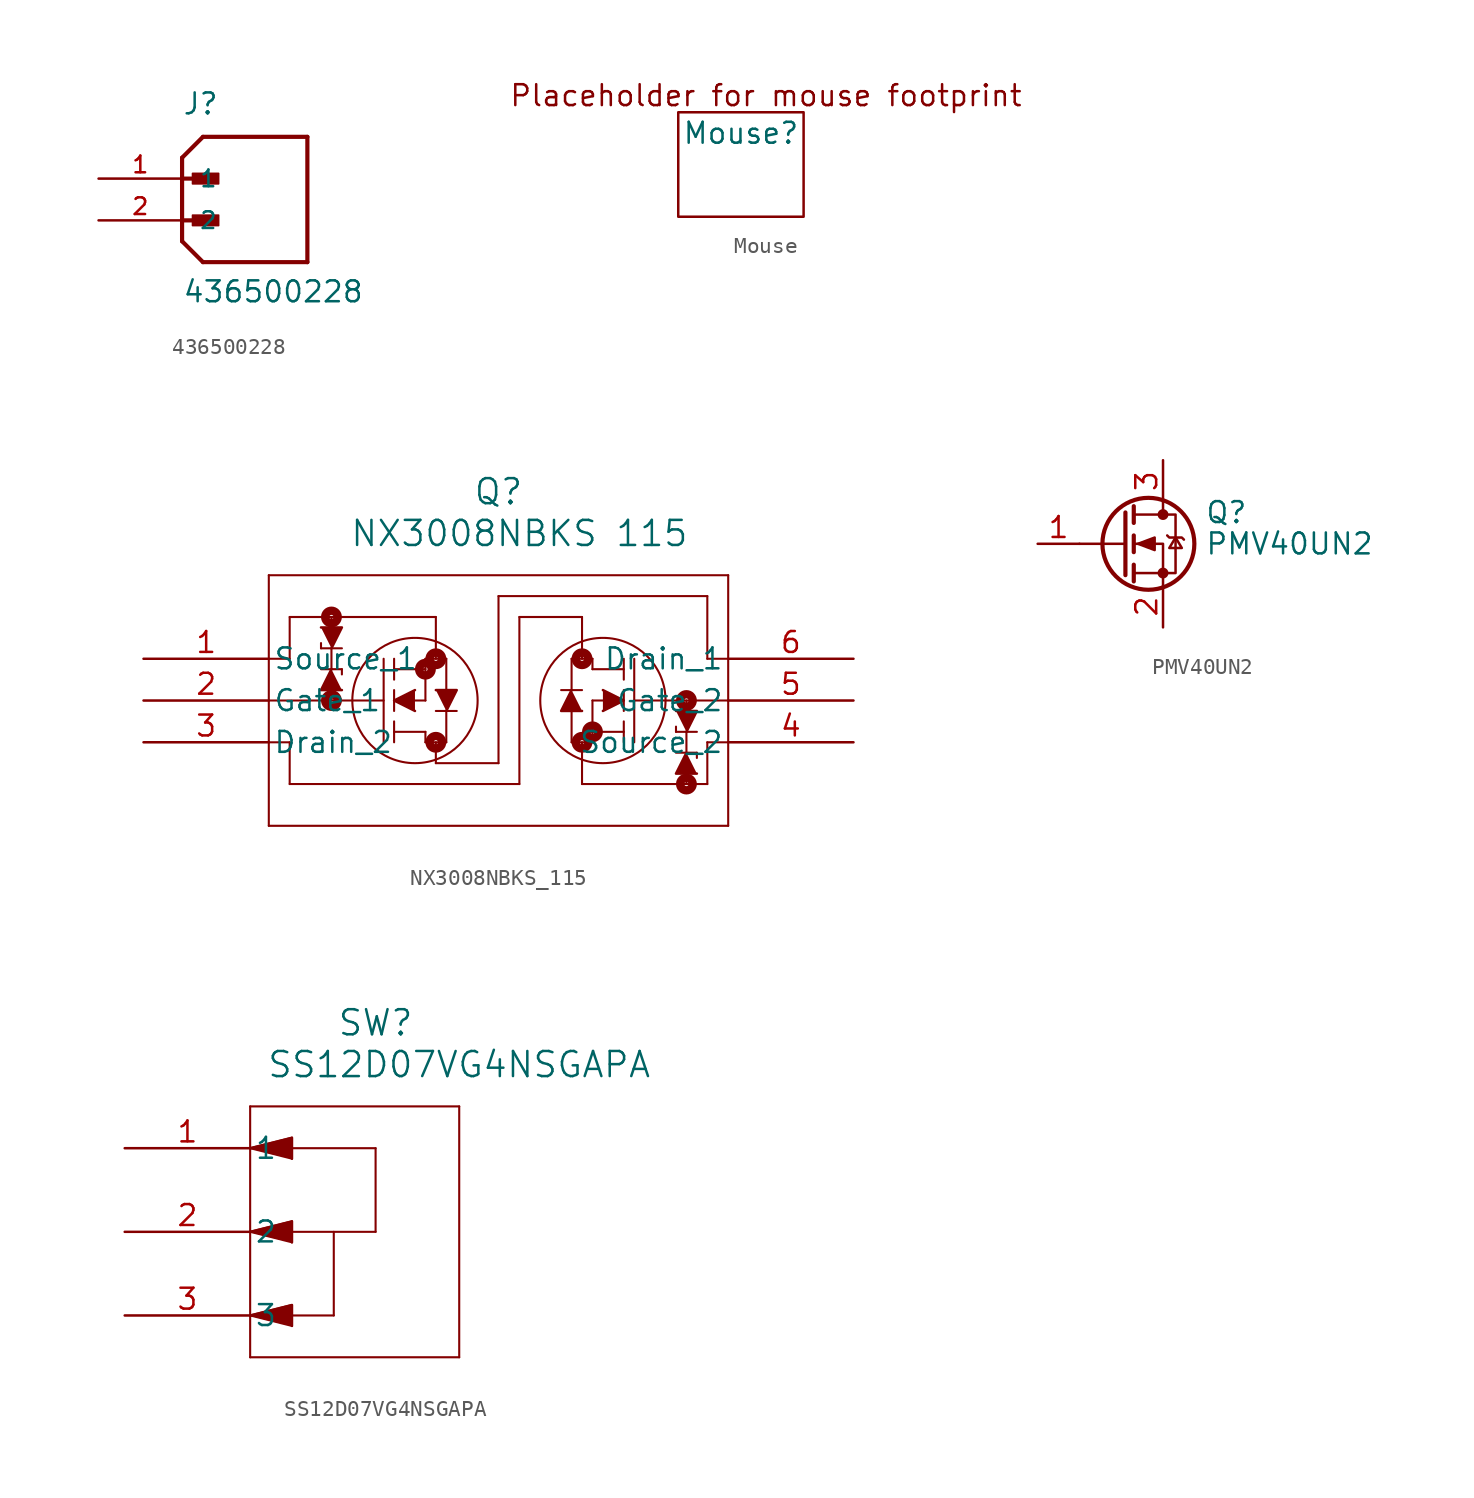
<source format=kicad_sym>
(kicad_symbol_lib
  (version 20231120)
  (generator "kicad_symbol_editor")
  (generator_version "8.0")
  (symbol "436500228"
    (pin_names
      (offset 1.016))
    (property "Reference" "J"
      (at 0 3.81 0)
      (effects (font (size 1.27 1.27)) (justify left bottom)))
    (property "Value" "436500228"
      (at 0 -7.62 0)
      (effects (font (size 1.27 1.27)) (justify left bottom)))
    (symbol "436500228_0_0"
      (polyline (pts (xy 0 -3.81) (xy 1.27 -5.08)) (stroke (width 0.254) (type default)) (fill (type none)))
      (polyline (pts (xy 0 -2.54) (xy 1.905 -2.54)) (stroke (width 0.254) (type default)) (fill (type none)))
      (polyline (pts (xy 0 0) (xy 0 -3.81)) (stroke (width 0.254) (type default)) (fill (type none)))
      (polyline (pts (xy 0 0) (xy 1.905 0)) (stroke (width 0.254) (type default)) (fill (type none)))
      (polyline (pts (xy 0 1.27) (xy 0 0)) (stroke (width 0.254) (type default)) (fill (type none)))
      (polyline (pts (xy 0 1.27) (xy 1.27 2.54)) (stroke (width 0.254) (type default)) (fill (type none)))
      (polyline (pts (xy 1.27 -5.08) (xy 7.62 -5.08)) (stroke (width 0.254) (type default)) (fill (type none)))
      (polyline (pts (xy 7.62 -5.08) (xy 7.62 2.54)) (stroke (width 0.254) (type default)) (fill (type none)))
      (polyline (pts (xy 7.62 2.54) (xy 1.27 2.54)) (stroke (width 0.254) (type default)) (fill (type none)))
      (rectangle (start 0.635 -2.857) (end 2.223 -2.223) (stroke (width 0.1) (type default)) (fill (type outline)))
      (rectangle (start 0.635 -0.318) (end 2.223 0.318) (stroke (width 0.1) (type default)) (fill (type outline)))
      (pin passive line (at -5.08 0 0) (length 5.08) (name "1" (effects (font (size 1.016 1.016)))) (number "1" (effects (font (size 1.016 1.016)))))
      (pin passive line (at -5.08 -2.54 0) (length 5.08) (name "2" (effects (font (size 1.016 1.016)))) (number "2" (effects (font (size 1.016 1.016)))))))
  (symbol "Mouse"
    (property "Reference" "Mouse"
      (at 0 0 0)
      (effects (font (size 1.27 1.27))))
    (property "Value" ""
      (at 0 0 0)
      (effects (font (size 1.27 1.27))))
    (symbol "Mouse_0_1"
      (rectangle (start -3.81 1.27) (end 3.81 -5.08) (stroke (width 0) (type default)) (fill (type none))))
    (symbol "Mouse_1_1"
      (text "Placeholder for mouse footprint" (at 1.524 2.286 0) (effects (font (size 1.27 1.27))))))
  (symbol "NX3008NBKS_115"
    (pin_names
      (offset 0.254))
    (property "Reference" "Q"
      (at 19.05 10.16 0)
      (effects (font (size 1.524 1.524))))
    (property "Value" "NX3008NBKS 115"
      (at 20.32 7.62 0)
      (effects (font (size 1.524 1.524))))
    (symbol "NX3008NBKS_115_0_1"
      (polyline (pts (xy 5.08 -10.16) (xy 33.02 -10.16)) (stroke (width 0.127) (type default)) (fill (type none)))
      (polyline (pts (xy 5.08 -2.54) (xy 12.065 -2.54)) (stroke (width 0.127) (type default)) (fill (type none)))
      (polyline (pts (xy 5.08 0) (xy 6.35 0)) (stroke (width 0.127) (type default)) (fill (type none)))
      (polyline (pts (xy 5.08 5.08) (xy 5.08 -10.16)) (stroke (width 0.127) (type default)) (fill (type none)))
      (polyline (pts (xy 6.35 -7.62) (xy 6.35 -5.08)) (stroke (width 0.127) (type default)) (fill (type none)))
      (polyline (pts (xy 6.35 -5.08) (xy 5.08 -5.08)) (stroke (width 0.127) (type default)) (fill (type none)))
      (polyline (pts (xy 6.35 0) (xy 6.35 2.54)) (stroke (width 0.127) (type default)) (fill (type none)))
      (polyline (pts (xy 6.35 2.54) (xy 15.24 2.54)) (stroke (width 0.127) (type default)) (fill (type none)))
      (polyline (pts (xy 8.255 0.635) (xy 8.255 0.953)) (stroke (width 0.127) (type default)) (fill (type none)))
      (polyline (pts (xy 8.255 0.635) (xy 9.525 0.635)) (stroke (width 0.127) (type default)) (fill (type none)))
      (polyline (pts (xy 8.89 -2.54) (xy 8.89 -1.905)) (stroke (width 0.127) (type default)) (fill (type none)))
      (polyline (pts (xy 8.89 0.635) (xy 8.89 -0.635)) (stroke (width 0.127) (type default)) (fill (type none)))
      (polyline (pts (xy 8.89 1.905) (xy 8.89 2.54)) (stroke (width 0.127) (type default)) (fill (type none)))
      (polyline (pts (xy 9.525 -0.635) (xy 8.255 -0.635)) (stroke (width 0.127) (type default)) (fill (type none)))
      (polyline (pts (xy 9.525 -0.635) (xy 9.525 -0.953)) (stroke (width 0.127) (type default)) (fill (type none)))
      (polyline (pts (xy 12.065 -5.08) (xy 12.065 0)) (stroke (width 0.127) (type default)) (fill (type none)))
      (polyline (pts (xy 12.7 -5.08) (xy 12.7 -3.81)) (stroke (width 0.127) (type default)) (fill (type none)))
      (polyline (pts (xy 12.7 -4.445) (xy 14.605 -4.445)) (stroke (width 0.127) (type default)) (fill (type none)))
      (polyline (pts (xy 12.7 -3.175) (xy 12.7 -1.905)) (stroke (width 0.127) (type default)) (fill (type none)))
      (polyline (pts (xy 12.7 -1.27) (xy 12.7 0)) (stroke (width 0.127) (type default)) (fill (type none)))
      (polyline (pts (xy 12.7 -0.635) (xy 14.605 -0.635)) (stroke (width 0.127) (type default)) (fill (type none)))
      (polyline (pts (xy 13.716 -2.54) (xy 14.605 -2.54)) (stroke (width 0.127) (type default)) (fill (type none)))
      (polyline (pts (xy 14.605 -5.08) (xy 14.605 -4.445)) (stroke (width 0.127) (type default)) (fill (type none)))
      (polyline (pts (xy 14.605 -5.08) (xy 15.875 -5.08)) (stroke (width 0.127) (type default)) (fill (type none)))
      (polyline (pts (xy 14.605 -2.54) (xy 14.605 0)) (stroke (width 0.127) (type default)) (fill (type none)))
      (polyline (pts (xy 14.605 0) (xy 15.875 0)) (stroke (width 0.127) (type default)) (fill (type none)))
      (polyline (pts (xy 15.24 -6.35) (xy 15.24 -5.08)) (stroke (width 0.127) (type default)) (fill (type none)))
      (polyline (pts (xy 15.24 -3.175) (xy 16.51 -3.175)) (stroke (width 0.127) (type default)) (fill (type none)))
      (polyline (pts (xy 15.24 2.54) (xy 15.24 0)) (stroke (width 0.127) (type default)) (fill (type none)))
      (polyline (pts (xy 15.875 -5.08) (xy 15.875 -3.175)) (stroke (width 0.127) (type default)) (fill (type none)))
      (polyline (pts (xy 15.875 -1.905) (xy 15.875 0)) (stroke (width 0.127) (type default)) (fill (type none)))
      (polyline (pts (xy 19.05 -6.35) (xy 15.24 -6.35)) (stroke (width 0.127) (type default)) (fill (type none)))
      (polyline (pts (xy 19.05 -6.35) (xy 19.05 3.81)) (stroke (width 0.127) (type default)) (fill (type none)))
      (polyline (pts (xy 19.05 3.81) (xy 31.75 3.81)) (stroke (width 0.127) (type default)) (fill (type none)))
      (polyline (pts (xy 20.32 -7.62) (xy 6.35 -7.62)) (stroke (width 0.127) (type default)) (fill (type none)))
      (polyline (pts (xy 20.32 2.54) (xy 20.32 -7.62)) (stroke (width 0.127) (type default)) (fill (type none)))
      (polyline (pts (xy 23.495 -5.08) (xy 23.495 -3.175)) (stroke (width 0.127) (type default)) (fill (type none)))
      (polyline (pts (xy 23.495 -1.905) (xy 23.495 0)) (stroke (width 0.127) (type default)) (fill (type none)))
      (polyline (pts (xy 24.13 -7.62) (xy 24.13 -5.08)) (stroke (width 0.127) (type default)) (fill (type none)))
      (polyline (pts (xy 24.13 -7.62) (xy 31.75 -7.62)) (stroke (width 0.127) (type default)) (fill (type none)))
      (polyline (pts (xy 24.13 -1.905) (xy 22.86 -1.905)) (stroke (width 0.127) (type default)) (fill (type none)))
      (polyline (pts (xy 24.13 2.54) (xy 20.32 2.54)) (stroke (width 0.127) (type default)) (fill (type none)))
      (polyline (pts (xy 24.13 2.54) (xy 24.13 0)) (stroke (width 0.127) (type default)) (fill (type none)))
      (polyline (pts (xy 24.765 -5.08) (xy 23.495 -5.08)) (stroke (width 0.127) (type default)) (fill (type none)))
      (polyline (pts (xy 24.765 -5.08) (xy 24.765 -2.54)) (stroke (width 0.127) (type default)) (fill (type none)))
      (polyline (pts (xy 24.765 -2.54) (xy 25.4 -2.54)) (stroke (width 0.127) (type default)) (fill (type none)))
      (polyline (pts (xy 24.765 -0.635) (xy 24.765 0)) (stroke (width 0.127) (type default)) (fill (type none)))
      (polyline (pts (xy 24.765 0) (xy 23.495 0)) (stroke (width 0.127) (type default)) (fill (type none)))
      (polyline (pts (xy 26.67 -5.08) (xy 26.67 -3.81)) (stroke (width 0.127) (type default)) (fill (type none)))
      (polyline (pts (xy 26.67 -4.445) (xy 24.638 -4.445)) (stroke (width 0.127) (type default)) (fill (type none)))
      (polyline (pts (xy 26.67 -3.175) (xy 26.67 -1.905)) (stroke (width 0.127) (type default)) (fill (type none)))
      (polyline (pts (xy 26.67 -1.27) (xy 26.67 0)) (stroke (width 0.127) (type default)) (fill (type none)))
      (polyline (pts (xy 26.67 -0.635) (xy 24.765 -0.635)) (stroke (width 0.127) (type default)) (fill (type none)))
      (polyline (pts (xy 27.305 -5.08) (xy 27.305 0)) (stroke (width 0.127) (type default)) (fill (type none)))
      (polyline (pts (xy 29.845 -4.445) (xy 29.845 -4.128)) (stroke (width 0.127) (type default)) (fill (type none)))
      (polyline (pts (xy 29.845 -4.445) (xy 31.115 -4.445)) (stroke (width 0.127) (type default)) (fill (type none)))
      (polyline (pts (xy 30.48 -7.62) (xy 30.48 -6.985)) (stroke (width 0.127) (type default)) (fill (type none)))
      (polyline (pts (xy 30.48 -4.445) (xy 30.48 -5.715)) (stroke (width 0.127) (type default)) (fill (type none)))
      (polyline (pts (xy 30.48 -3.175) (xy 30.48 -2.54)) (stroke (width 0.127) (type default)) (fill (type none)))
      (polyline (pts (xy 31.115 -5.715) (xy 29.845 -5.715)) (stroke (width 0.127) (type default)) (fill (type none)))
      (polyline (pts (xy 31.115 -5.715) (xy 31.115 -6.032)) (stroke (width 0.127) (type default)) (fill (type none)))
      (polyline (pts (xy 31.75 -7.62) (xy 31.75 -5.08)) (stroke (width 0.127) (type default)) (fill (type none)))
      (polyline (pts (xy 31.75 -5.08) (xy 33.02 -5.08)) (stroke (width 0.127) (type default)) (fill (type none)))
      (polyline (pts (xy 31.75 0) (xy 33.02 0)) (stroke (width 0.127) (type default)) (fill (type none)))
      (polyline (pts (xy 31.75 3.81) (xy 31.75 0)) (stroke (width 0.127) (type default)) (fill (type none)))
      (polyline (pts (xy 33.02 -2.54) (xy 27.305 -2.54)) (stroke (width 0.127) (type default)) (fill (type none)))
      (polyline (pts (xy 33.02 5.08) (xy 5.08 5.08)) (stroke (width 0.127) (type default)) (fill (type none)))
      (polyline (pts (xy 33.02 5.08) (xy 33.02 -10.16)) (stroke (width 0.127) (type default)) (fill (type none)))
      (polyline (pts (xy 8.255 1.905) (xy 9.525 1.905) (xy 8.89 0.635)) (stroke (width 0) (type default)) (fill (type outline)))
      (polyline (pts (xy 9.525 -1.905) (xy 8.255 -1.905) (xy 8.89 -0.635)) (stroke (width 0) (type default)) (fill (type outline)))
      (polyline (pts (xy 13.97 -1.905) (xy 12.7 -2.54) (xy 13.97 -3.175)) (stroke (width 0) (type default)) (fill (type outline)))
      (polyline (pts (xy 15.24 -1.905) (xy 16.51 -1.905) (xy 15.875 -3.175)) (stroke (width 0) (type default)) (fill (type outline)))
      (polyline (pts (xy 24.13 -3.175) (xy 22.86 -3.175) (xy 23.495 -1.905)) (stroke (width 0) (type default)) (fill (type outline)))
      (polyline (pts (xy 25.4 -3.175) (xy 26.67 -2.54) (xy 25.4 -1.905)) (stroke (width 0) (type default)) (fill (type outline)))
      (polyline (pts (xy 29.845 -3.175) (xy 31.115 -3.175) (xy 30.48 -4.445)) (stroke (width 0) (type default)) (fill (type outline)))
      (polyline (pts (xy 31.115 -6.985) (xy 29.845 -6.985) (xy 30.48 -5.715)) (stroke (width 0) (type default)) (fill (type outline)))
      (circle (center 8.89 -2.54) (radius 0.127) (stroke (width 0.508) (type default)) (fill (type none)))
      (circle (center 8.89 2.54) (radius 0.127) (stroke (width 0.508) (type default)) (fill (type none)))
      (circle (center 13.97 -2.54) (radius 3.81) (stroke (width 0.127) (type default)) (fill (type none)))
      (circle (center 14.605 -0.635) (radius 0.127) (stroke (width 0.508) (type default)) (fill (type none)))
      (circle (center 15.24 -5.08) (radius 0.127) (stroke (width 0.508) (type default)) (fill (type none)))
      (circle (center 15.24 0) (radius 0.127) (stroke (width 0.508) (type default)) (fill (type none)))
      (circle (center 24.13 -5.08) (radius 0.127) (stroke (width 0.508) (type default)) (fill (type none)))
      (circle (center 24.13 0) (radius 0.127) (stroke (width 0.508) (type default)) (fill (type none)))
      (circle (center 24.765 -4.445) (radius 0.127) (stroke (width 0.508) (type default)) (fill (type none)))
      (circle (center 25.4 -2.54) (radius 3.81) (stroke (width 0.127) (type default)) (fill (type none)))
      (circle (center 30.48 -7.62) (radius 0.127) (stroke (width 0.508) (type default)) (fill (type none)))
      (circle (center 30.48 -2.54) (radius 0.127) (stroke (width 0.508) (type default)) (fill (type none)))
      (pin input line (at -2.54 -2.54 0) (length 7.62) (name "Gate_1" (effects (font (size 1.27 1.27)))) (number "2" (effects (font (size 1.27 1.27)))))
      (pin power_out line (at -2.54 -5.08 0) (length 7.62) (name "Drain_2" (effects (font (size 1.27 1.27)))) (number "3" (effects (font (size 1.27 1.27)))))
      (pin power_in line (at 40.64 -5.08 180) (length 7.62) (name "Source_2" (effects (font (size 1.27 1.27)))) (number "4" (effects (font (size 1.27 1.27)))))
      (pin input line (at 40.64 -2.54 180) (length 7.62) (name "Gate_2" (effects (font (size 1.27 1.27)))) (number "5" (effects (font (size 1.27 1.27)))))
      (pin power_out line (at 40.64 0 180) (length 7.62) (name "Drain_1" (effects (font (size 1.27 1.27)))) (number "6" (effects (font (size 1.27 1.27))))))
    (symbol "NX3008NBKS_115_1_1"
      (pin power_in line (at -2.54 0 0) (length 7.62) (name "Source_1" (effects (font (size 1.27 1.27)))) (number "1" (effects (font (size 1.27 1.27)))))))
  (symbol "PMV40UN2"
    (pin_names hide)
    (property "Reference" "Q"
      (at 5.08 1.905 0)
      (effects (font (size 1.27 1.27)) (justify left)))
    (property "Value" "PMV40UN2"
      (at 5.08 0 0)
      (effects (font (size 1.27 1.27)) (justify left)))
    (symbol "PMV40UN2_0_1"
      (polyline (pts (xy 0.254 0) (xy -2.54 0)) (stroke (width 0) (type default)) (fill (type none)))
      (polyline (pts (xy 0.254 1.905) (xy 0.254 -1.905)) (stroke (width 0.254) (type default)) (fill (type none)))
      (polyline (pts (xy 0.762 -1.27) (xy 0.762 -2.286)) (stroke (width 0.254) (type default)) (fill (type none)))
      (polyline (pts (xy 0.762 0.508) (xy 0.762 -0.508)) (stroke (width 0.254) (type default)) (fill (type none)))
      (polyline (pts (xy 0.762 2.286) (xy 0.762 1.27)) (stroke (width 0.254) (type default)) (fill (type none)))
      (polyline (pts (xy 2.54 2.54) (xy 2.54 1.778)) (stroke (width 0) (type default)) (fill (type none)))
      (polyline (pts (xy 2.54 -2.54) (xy 2.54 0) (xy 0.762 0)) (stroke (width 0) (type default)) (fill (type none)))
      (polyline (pts (xy 0.762 -1.778) (xy 3.302 -1.778) (xy 3.302 1.778) (xy 0.762 1.778)) (stroke (width 0) (type default)) (fill (type none)))
      (polyline (pts (xy 1.016 0) (xy 2.032 0.381) (xy 2.032 -0.381) (xy 1.016 0)) (stroke (width 0) (type default)) (fill (type outline)))
      (polyline (pts (xy 2.794 0.508) (xy 2.921 0.381) (xy 3.683 0.381) (xy 3.81 0.254)) (stroke (width 0) (type default)) (fill (type none)))
      (polyline (pts (xy 3.302 0.381) (xy 2.921 -0.254) (xy 3.683 -0.254) (xy 3.302 0.381)) (stroke (width 0) (type default)) (fill (type none)))
      (circle (center 1.651 0) (radius 2.794) (stroke (width 0.254) (type default)) (fill (type none)))
      (circle (center 2.54 -1.778) (radius 0.254) (stroke (width 0) (type default)) (fill (type outline)))
      (circle (center 2.54 1.778) (radius 0.254) (stroke (width 0) (type default)) (fill (type outline))))
    (symbol "PMV40UN2_1_1"
      (pin input line (at -5.08 0 0) (length 2.54) (name "Gate" (effects (font (size 1.27 1.27)))) (number "1" (effects (font (size 1.27 1.27)))))
      (pin passive line (at 2.54 -5.08 90) (length 2.54) (name "Source" (effects (font (size 1.27 1.27)))) (number "2" (effects (font (size 1.27 1.27)))))
      (pin passive line (at 2.54 5.08 270) (length 2.54) (name "Drain" (effects (font (size 1.27 1.27)))) (number "3" (effects (font (size 1.27 1.27)))))))
  (symbol "SS12D07VG4NSGAPA"
    (pin_names
      (offset 0.254))
    (property "Reference" "SW"
      (at 15.24 7.62 0)
      (effects (font (size 1.524 1.524))))
    (property "Value" "SS12D07VG4NSGAPA"
      (at 20.32 5.08 0)
      (effects (font (size 1.524 1.524))))
    (symbol "SS12D07VG4NSGAPA_0_1"
      (polyline (pts (xy 7.62 -12.7) (xy 20.32 -12.7)) (stroke (width 0.127) (type default)) (fill (type none)))
      (polyline (pts (xy 7.62 -10.16) (xy 10.16 -9.525)) (stroke (width 0.127) (type default)) (fill (type none)))
      (polyline (pts (xy 7.62 -5.08) (xy 10.16 -4.445)) (stroke (width 0.127) (type default)) (fill (type none)))
      (polyline (pts (xy 7.62 -5.08) (xy 15.24 -5.08)) (stroke (width 0.127) (type default)) (fill (type none)))
      (polyline (pts (xy 7.62 0) (xy 10.16 0.635)) (stroke (width 0.127) (type default)) (fill (type none)))
      (polyline (pts (xy 7.62 0) (xy 15.24 0)) (stroke (width 0.127) (type default)) (fill (type none)))
      (polyline (pts (xy 7.62 2.54) (xy 7.62 -12.7)) (stroke (width 0.127) (type default)) (fill (type none)))
      (polyline (pts (xy 10.16 -10.795) (xy 7.62 -10.16)) (stroke (width 0.127) (type default)) (fill (type none)))
      (polyline (pts (xy 10.16 -9.525) (xy 10.16 -10.795)) (stroke (width 0.127) (type default)) (fill (type none)))
      (polyline (pts (xy 10.16 -5.715) (xy 7.62 -5.08)) (stroke (width 0.127) (type default)) (fill (type none)))
      (polyline (pts (xy 10.16 -4.445) (xy 10.16 -5.715)) (stroke (width 0.127) (type default)) (fill (type none)))
      (polyline (pts (xy 10.16 -0.635) (xy 7.62 0)) (stroke (width 0.127) (type default)) (fill (type none)))
      (polyline (pts (xy 10.16 0.635) (xy 10.16 -0.635)) (stroke (width 0.127) (type default)) (fill (type none)))
      (polyline (pts (xy 12.7 -10.16) (xy 7.62 -10.16)) (stroke (width 0.127) (type default)) (fill (type none)))
      (polyline (pts (xy 12.7 -5.08) (xy 12.7 -10.16)) (stroke (width 0.127) (type default)) (fill (type none)))
      (polyline (pts (xy 15.24 0) (xy 15.24 -5.08)) (stroke (width 0.127) (type default)) (fill (type none)))
      (polyline (pts (xy 20.32 -12.7) (xy 20.32 2.54)) (stroke (width 0.127) (type default)) (fill (type none)))
      (polyline (pts (xy 20.32 2.54) (xy 7.62 2.54)) (stroke (width 0.127) (type default)) (fill (type none)))
      (polyline (pts (xy 7.62 -10.16) (xy 10.16 -9.525) (xy 10.16 -10.795)) (stroke (width 0) (type default)) (fill (type outline)))
      (polyline (pts (xy 7.62 -5.08) (xy 10.16 -4.445) (xy 10.16 -5.715)) (stroke (width 0) (type default)) (fill (type outline)))
      (polyline (pts (xy 7.62 0) (xy 10.16 0.635) (xy 10.16 -0.635)) (stroke (width 0) (type default)) (fill (type outline)))
      (pin unspecified line (at 0 0 0) (length 7.62) (name "1" (effects (font (size 1.27 1.27)))) (number "1" (effects (font (size 1.27 1.27)))))
      (pin unspecified line (at 0 -5.08 0) (length 7.62) (name "2" (effects (font (size 1.27 1.27)))) (number "2" (effects (font (size 1.27 1.27)))))
      (pin unspecified line (at 0 -10.16 0) (length 7.62) (name "3" (effects (font (size 1.27 1.27)))) (number "3" (effects (font (size 1.27 1.27))))))))
</source>
